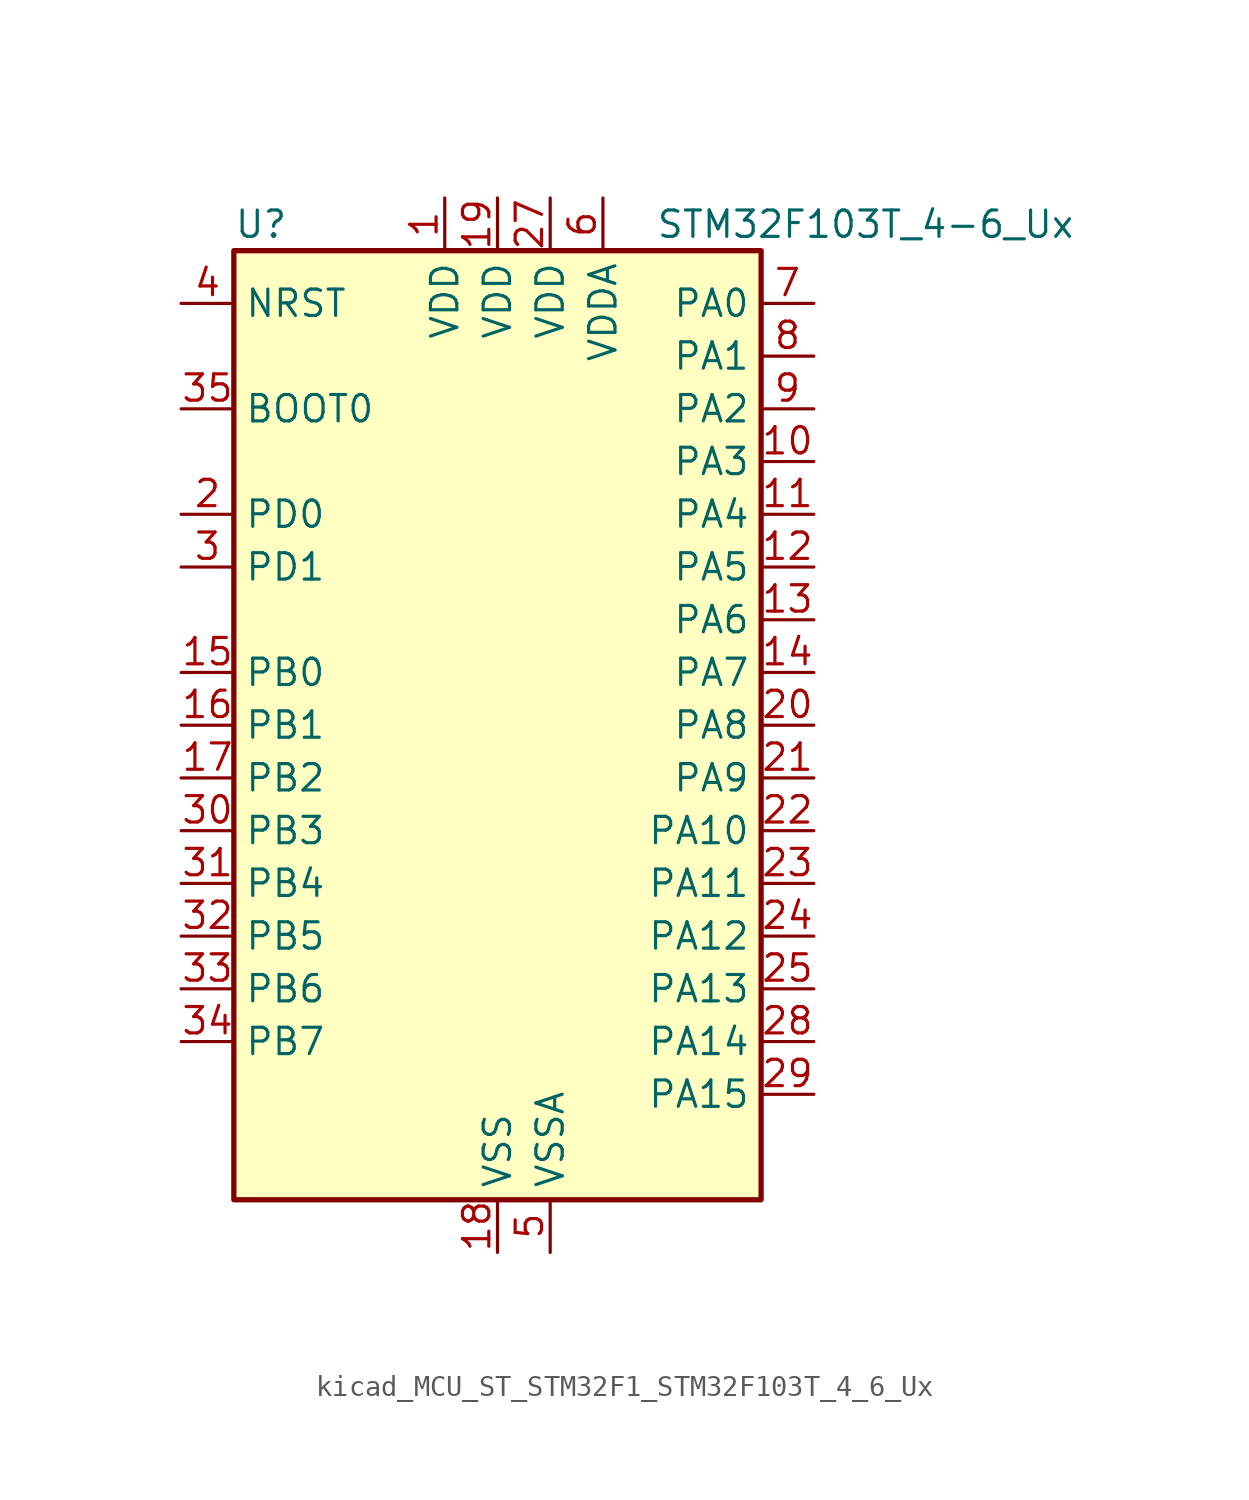
<source format=kicad_sym>
(kicad_symbol_lib
  (version 20220914)
  (generator kicad_symbol_editor)
  (symbol "kicad_MCU_ST_STM32F1_STM32F103T_4_6_Ux"
    (property "Reference" "U"
      (at -12.7 24.13 0)
      (effects (font (size 1.27 1.27)) (justify left)))
    (property "Value" "STM32F103T_4-6_Ux"
      (at 7.62 24.13 0)
      (effects (font (size 1.27 1.27)) (justify left)))
    (property "ki_locked" ""
      (at 0 0 0)
      (effects (font (size 1.27 1.27))))
    (symbol "kicad_MCU_ST_STM32F1_STM32F103T_4_6_Ux_0_1"
      (rectangle (start -12.7 -22.86) (end 12.7 22.86) (stroke (width 0.254) (type default)) (fill (type background))))
    (symbol "kicad_MCU_ST_STM32F1_STM32F103T_4_6_Ux_1_1"
      (pin power_in line (at -2.54 25.4 270) (length 2.54) (name "VDD" (effects (font (size 1.27 1.27)))) (number "1" (effects (font (size 1.27 1.27)))))
      (pin bidirectional line (at 15.24 12.7 180) (length 2.54) (name "PA3" (effects (font (size 1.27 1.27)))) (number "10" (effects (font (size 1.27 1.27)))) (alternate "ADC1_IN3" bidirectional line) (alternate "ADC2_IN3" bidirectional line) (alternate "TIM2_CH4" bidirectional line) (alternate "USART2_RX" bidirectional line))
      (pin bidirectional line (at 15.24 10.16 180) (length 2.54) (name "PA4" (effects (font (size 1.27 1.27)))) (number "11" (effects (font (size 1.27 1.27)))) (alternate "ADC1_IN4" bidirectional line) (alternate "ADC2_IN4" bidirectional line) (alternate "SPI1_NSS" bidirectional line) (alternate "USART2_CK" bidirectional line))
      (pin bidirectional line (at 15.24 7.62 180) (length 2.54) (name "PA5" (effects (font (size 1.27 1.27)))) (number "12" (effects (font (size 1.27 1.27)))) (alternate "ADC1_IN5" bidirectional line) (alternate "ADC2_IN5" bidirectional line) (alternate "SPI1_SCK" bidirectional line))
      (pin bidirectional line (at 15.24 5.08 180) (length 2.54) (name "PA6" (effects (font (size 1.27 1.27)))) (number "13" (effects (font (size 1.27 1.27)))) (alternate "ADC1_IN6" bidirectional line) (alternate "ADC2_IN6" bidirectional line) (alternate "SPI1_MISO" bidirectional line) (alternate "TIM1_BKIN" bidirectional line) (alternate "TIM3_CH1" bidirectional line))
      (pin bidirectional line (at 15.24 2.54 180) (length 2.54) (name "PA7" (effects (font (size 1.27 1.27)))) (number "14" (effects (font (size 1.27 1.27)))) (alternate "ADC1_IN7" bidirectional line) (alternate "ADC2_IN7" bidirectional line) (alternate "SPI1_MOSI" bidirectional line) (alternate "TIM1_CH1N" bidirectional line) (alternate "TIM3_CH2" bidirectional line))
      (pin bidirectional line (at -15.24 2.54 0) (length 2.54) (name "PB0" (effects (font (size 1.27 1.27)))) (number "15" (effects (font (size 1.27 1.27)))) (alternate "ADC1_IN8" bidirectional line) (alternate "ADC2_IN8" bidirectional line) (alternate "TIM1_CH2N" bidirectional line) (alternate "TIM3_CH3" bidirectional line))
      (pin bidirectional line (at -15.24 0 0) (length 2.54) (name "PB1" (effects (font (size 1.27 1.27)))) (number "16" (effects (font (size 1.27 1.27)))) (alternate "ADC1_IN9" bidirectional line) (alternate "ADC2_IN9" bidirectional line) (alternate "TIM1_CH3N" bidirectional line) (alternate "TIM3_CH4" bidirectional line))
      (pin bidirectional line (at -15.24 -2.54 0) (length 2.54) (name "PB2" (effects (font (size 1.27 1.27)))) (number "17" (effects (font (size 1.27 1.27)))))
      (pin power_in line (at 0 -25.4 90) (length 2.54) (name "VSS" (effects (font (size 1.27 1.27)))) (number "18" (effects (font (size 1.27 1.27)))))
      (pin power_in line (at 0 25.4 270) (length 2.54) (name "VDD" (effects (font (size 1.27 1.27)))) (number "19" (effects (font (size 1.27 1.27)))))
      (pin bidirectional line (at -15.24 10.16 0) (length 2.54) (name "PD0" (effects (font (size 1.27 1.27)))) (number "2" (effects (font (size 1.27 1.27)))) (alternate "RCC_OSC_IN" bidirectional line))
      (pin bidirectional line (at 15.24 0 180) (length 2.54) (name "PA8" (effects (font (size 1.27 1.27)))) (number "20" (effects (font (size 1.27 1.27)))) (alternate "RCC_MCO" bidirectional line) (alternate "TIM1_CH1" bidirectional line) (alternate "USART1_CK" bidirectional line))
      (pin bidirectional line (at 15.24 -2.54 180) (length 2.54) (name "PA9" (effects (font (size 1.27 1.27)))) (number "21" (effects (font (size 1.27 1.27)))) (alternate "TIM1_CH2" bidirectional line) (alternate "USART1_TX" bidirectional line))
      (pin bidirectional line (at 15.24 -5.08 180) (length 2.54) (name "PA10" (effects (font (size 1.27 1.27)))) (number "22" (effects (font (size 1.27 1.27)))) (alternate "TIM1_CH3" bidirectional line) (alternate "USART1_RX" bidirectional line))
      (pin bidirectional line (at 15.24 -7.62 180) (length 2.54) (name "PA11" (effects (font (size 1.27 1.27)))) (number "23" (effects (font (size 1.27 1.27)))) (alternate "ADC1_EXTI11" bidirectional line) (alternate "ADC2_EXTI11" bidirectional line) (alternate "CAN_RX" bidirectional line) (alternate "TIM1_CH4" bidirectional line) (alternate "USART1_CTS" bidirectional line) (alternate "USB_DM" bidirectional line))
      (pin bidirectional line (at 15.24 -10.16 180) (length 2.54) (name "PA12" (effects (font (size 1.27 1.27)))) (number "24" (effects (font (size 1.27 1.27)))) (alternate "CAN_TX" bidirectional line) (alternate "TIM1_ETR" bidirectional line) (alternate "USART1_RTS" bidirectional line) (alternate "USB_DP" bidirectional line))
      (pin bidirectional line (at 15.24 -12.7 180) (length 2.54) (name "PA13" (effects (font (size 1.27 1.27)))) (number "25" (effects (font (size 1.27 1.27)))) (alternate "SYS_JTMS-SWDIO" bidirectional line))
      (pin passive line (at 0 -25.4 90) (length 2.54) hide (name "VSS" (effects (font (size 1.27 1.27)))) (number "26" (effects (font (size 1.27 1.27)))))
      (pin power_in line (at 2.54 25.4 270) (length 2.54) (name "VDD" (effects (font (size 1.27 1.27)))) (number "27" (effects (font (size 1.27 1.27)))))
      (pin bidirectional line (at 15.24 -15.24 180) (length 2.54) (name "PA14" (effects (font (size 1.27 1.27)))) (number "28" (effects (font (size 1.27 1.27)))) (alternate "SYS_JTCK-SWCLK" bidirectional line))
      (pin bidirectional line (at 15.24 -17.78 180) (length 2.54) (name "PA15" (effects (font (size 1.27 1.27)))) (number "29" (effects (font (size 1.27 1.27)))) (alternate "ADC1_EXTI15" bidirectional line) (alternate "ADC2_EXTI15" bidirectional line) (alternate "SPI1_NSS" bidirectional line) (alternate "SYS_JTDI" bidirectional line) (alternate "TIM2_CH1" bidirectional line) (alternate "TIM2_ETR" bidirectional line))
      (pin bidirectional line (at -15.24 7.62 0) (length 2.54) (name "PD1" (effects (font (size 1.27 1.27)))) (number "3" (effects (font (size 1.27 1.27)))) (alternate "RCC_OSC_OUT" bidirectional line))
      (pin bidirectional line (at -15.24 -5.08 0) (length 2.54) (name "PB3" (effects (font (size 1.27 1.27)))) (number "30" (effects (font (size 1.27 1.27)))) (alternate "SPI1_SCK" bidirectional line) (alternate "SYS_JTDO-TRACESWO" bidirectional line) (alternate "TIM2_CH2" bidirectional line))
      (pin bidirectional line (at -15.24 -7.62 0) (length 2.54) (name "PB4" (effects (font (size 1.27 1.27)))) (number "31" (effects (font (size 1.27 1.27)))) (alternate "SPI1_MISO" bidirectional line) (alternate "SYS_NJTRST" bidirectional line) (alternate "TIM3_CH1" bidirectional line))
      (pin bidirectional line (at -15.24 -10.16 0) (length 2.54) (name "PB5" (effects (font (size 1.27 1.27)))) (number "32" (effects (font (size 1.27 1.27)))) (alternate "I2C1_SMBA" bidirectional line) (alternate "SPI1_MOSI" bidirectional line) (alternate "TIM3_CH2" bidirectional line))
      (pin bidirectional line (at -15.24 -12.7 0) (length 2.54) (name "PB6" (effects (font (size 1.27 1.27)))) (number "33" (effects (font (size 1.27 1.27)))) (alternate "I2C1_SCL" bidirectional line) (alternate "USART1_TX" bidirectional line))
      (pin bidirectional line (at -15.24 -15.24 0) (length 2.54) (name "PB7" (effects (font (size 1.27 1.27)))) (number "34" (effects (font (size 1.27 1.27)))) (alternate "I2C1_SDA" bidirectional line) (alternate "USART1_RX" bidirectional line))
      (pin input line (at -15.24 15.24 0) (length 2.54) (name "BOOT0" (effects (font (size 1.27 1.27)))) (number "35" (effects (font (size 1.27 1.27)))))
      (pin passive line (at 0 -25.4 90) (length 2.54) hide (name "VSS" (effects (font (size 1.27 1.27)))) (number "36" (effects (font (size 1.27 1.27)))))
      (pin passive line (at 0 -25.4 90) (length 2.54) hide (name "VSS" (effects (font (size 1.27 1.27)))) (number "37" (effects (font (size 1.27 1.27)))))
      (pin input line (at -15.24 20.32 0) (length 2.54) (name "NRST" (effects (font (size 1.27 1.27)))) (number "4" (effects (font (size 1.27 1.27)))))
      (pin power_in line (at 2.54 -25.4 90) (length 2.54) (name "VSSA" (effects (font (size 1.27 1.27)))) (number "5" (effects (font (size 1.27 1.27)))))
      (pin power_in line (at 5.08 25.4 270) (length 2.54) (name "VDDA" (effects (font (size 1.27 1.27)))) (number "6" (effects (font (size 1.27 1.27)))))
      (pin bidirectional line (at 15.24 20.32 180) (length 2.54) (name "PA0" (effects (font (size 1.27 1.27)))) (number "7" (effects (font (size 1.27 1.27)))) (alternate "ADC1_IN0" bidirectional line) (alternate "ADC2_IN0" bidirectional line) (alternate "SYS_WKUP" bidirectional line) (alternate "TIM2_CH1" bidirectional line) (alternate "TIM2_ETR" bidirectional line) (alternate "USART2_CTS" bidirectional line))
      (pin bidirectional line (at 15.24 17.78 180) (length 2.54) (name "PA1" (effects (font (size 1.27 1.27)))) (number "8" (effects (font (size 1.27 1.27)))) (alternate "ADC1_IN1" bidirectional line) (alternate "ADC2_IN1" bidirectional line) (alternate "TIM2_CH2" bidirectional line) (alternate "USART2_RTS" bidirectional line))
      (pin bidirectional line (at 15.24 15.24 180) (length 2.54) (name "PA2" (effects (font (size 1.27 1.27)))) (number "9" (effects (font (size 1.27 1.27)))) (alternate "ADC1_IN2" bidirectional line) (alternate "ADC2_IN2" bidirectional line) (alternate "TIM2_CH3" bidirectional line) (alternate "USART2_TX" bidirectional line)))))
</source>
